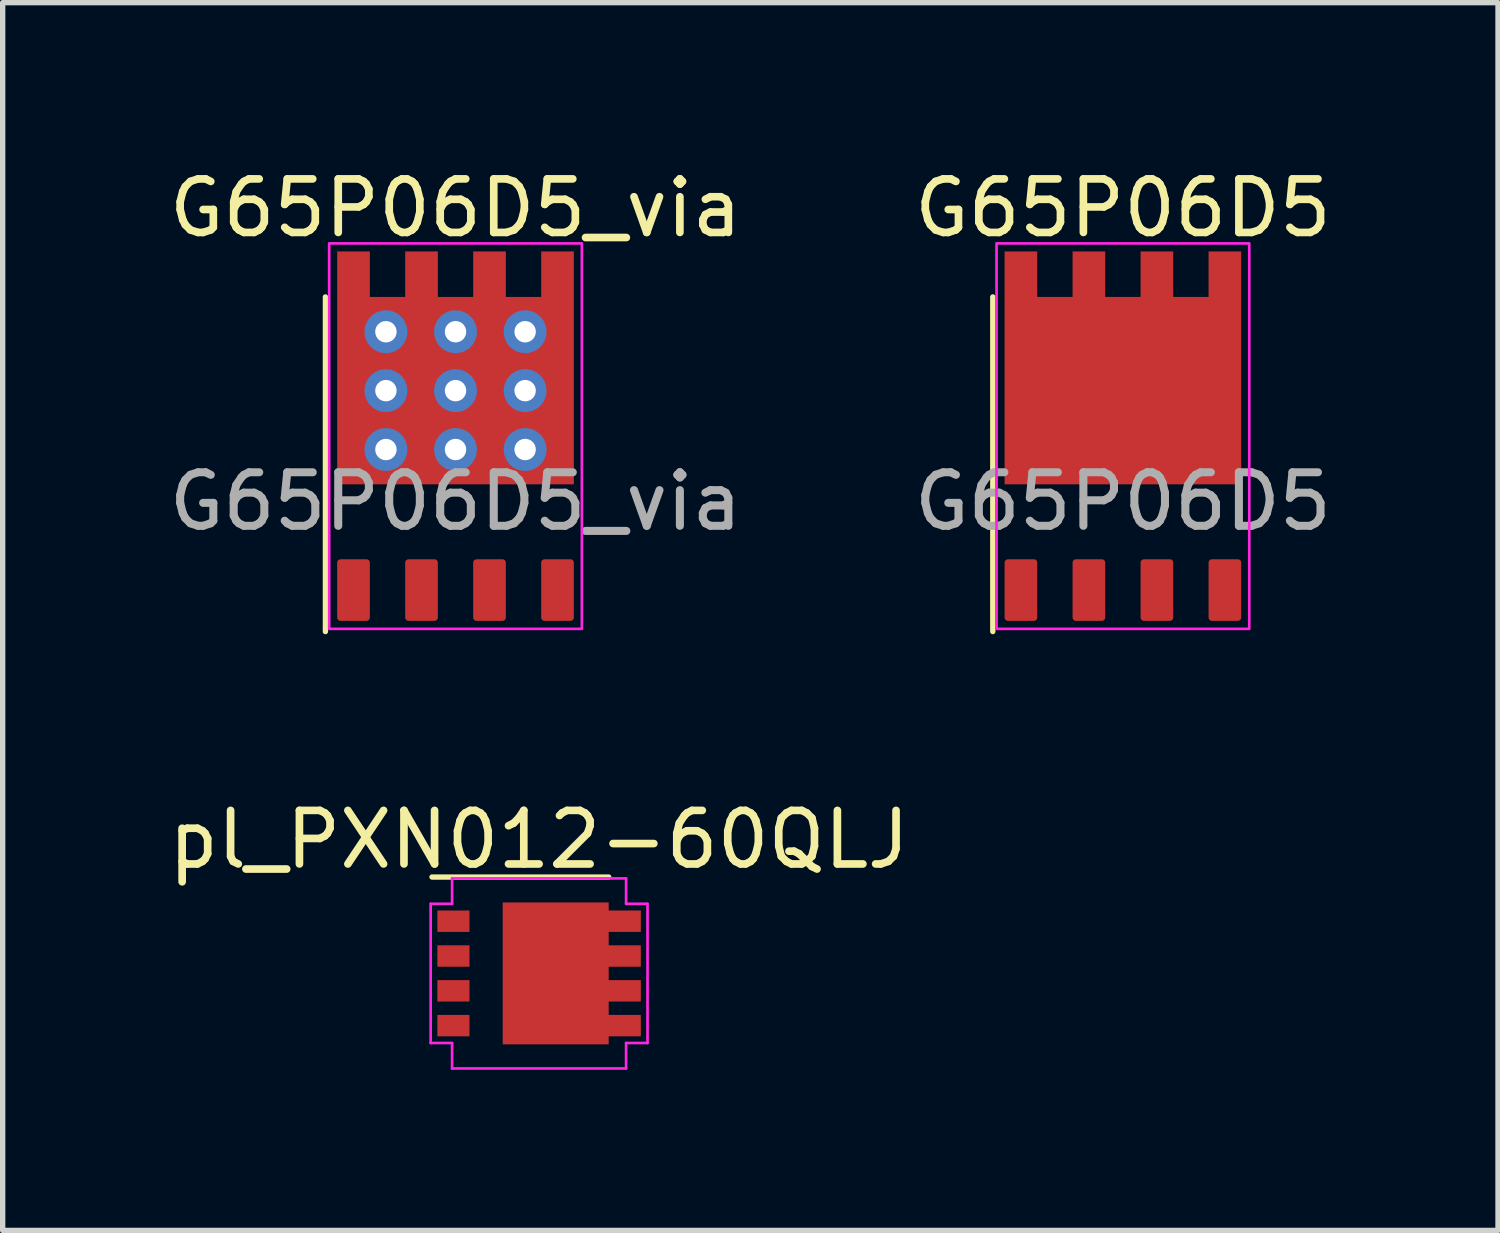
<source format=kicad_pcb>
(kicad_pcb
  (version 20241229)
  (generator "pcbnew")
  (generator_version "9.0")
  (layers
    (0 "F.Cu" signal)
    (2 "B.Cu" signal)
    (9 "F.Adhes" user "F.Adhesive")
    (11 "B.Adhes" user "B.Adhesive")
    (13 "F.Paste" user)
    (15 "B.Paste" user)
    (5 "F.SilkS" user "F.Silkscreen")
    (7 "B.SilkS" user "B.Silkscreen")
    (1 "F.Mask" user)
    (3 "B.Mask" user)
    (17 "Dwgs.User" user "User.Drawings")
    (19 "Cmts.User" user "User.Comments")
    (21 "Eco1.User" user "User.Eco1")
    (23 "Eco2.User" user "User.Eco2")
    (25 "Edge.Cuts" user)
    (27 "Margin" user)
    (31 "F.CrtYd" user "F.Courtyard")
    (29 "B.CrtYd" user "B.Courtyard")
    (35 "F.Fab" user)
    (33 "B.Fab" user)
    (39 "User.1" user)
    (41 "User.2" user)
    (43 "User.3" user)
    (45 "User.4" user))
  (footprint "pl_PXN012-60QLJ"
    (layer "F.Cu")
    (at 7.019 15.131)
    (property "Reference" "pl_PXN012-60QLJ" (at 0 -2.5 0) (layer "F.SilkS") (effects (font (size 1 1) (thickness 0.143))))
    (attr smd)
    (fp_line (start 1.3 -1.8) (end -2 -1.8) (stroke (width 0.1) (type default)) (layer "F.SilkS"))
    (fp_line (start -2.025 -1.3) (end -2.025 1.3) (stroke (width 0.05) (type default)) (layer "F.CrtYd"))
    (fp_line (start -1.625 -1.775) (end -1.625 -1.3) (stroke (width 0.05) (type default)) (layer "F.CrtYd"))
    (fp_line (start -1.625 -1.3) (end -2.025 -1.3) (stroke (width 0.05) (type default)) (layer "F.CrtYd"))
    (fp_line (start -1.625 1.3) (end -2.025 1.3) (stroke (width 0.05) (type default)) (layer "F.CrtYd"))
    (fp_line (start -1.625 1.3) (end -1.625 1.775) (stroke (width 0.05) (type default)) (layer "F.CrtYd"))
    (fp_line (start -1.625 1.775) (end 1.625 1.775) (stroke (width 0.05) (type default)) (layer "F.CrtYd"))
    (fp_line (start 1.625 -1.775) (end -1.625 -1.775) (stroke (width 0.05) (type default)) (layer "F.CrtYd"))
    (fp_line (start 1.625 -1.775) (end 1.625 -1.3) (stroke (width 0.05) (type default)) (layer "F.CrtYd"))
    (fp_line (start 1.625 1.3) (end 1.625 1.775) (stroke (width 0.05) (type default)) (layer "F.CrtYd"))
    (fp_line (start 2.025 -1.3) (end 1.625 -1.3) (stroke (width 0.05) (type default)) (layer "F.CrtYd"))
    (fp_line (start 2.025 1.3) (end 1.625 1.3) (stroke (width 0.05) (type default)) (layer "F.CrtYd"))
    (fp_line (start 2.025 1.3) (end 2.025 -1.3) (stroke (width 0.05) (type default)) (layer "F.CrtYd"))
    (pad "" smd rect (at -0.14 -0.575 270) (size 0.95 0.7) (layers "F.Paste"))
    (pad "" smd rect (at -0.14 0.575 270) (size 0.95 0.7) (layers "F.Paste"))
    (pad "" smd rect (at 0.76 -0.575 270) (size 0.95 0.7) (layers "F.Paste"))
    (pad "" smd rect (at 0.76 0.575 270) (size 0.95 0.7) (layers "F.Paste"))
    (pad "" smd rect (at 1.6 -0.975 270) (size 0.3 0.5) (layers "F.Paste"))
    (pad "" smd rect (at 1.6 -0.325 270) (size 0.3 0.5) (layers "F.Paste"))
    (pad "" smd rect (at 1.6 0.325 270) (size 0.3 0.5) (layers "F.Paste"))
    (pad "" smd rect (at 1.6 0.975 270) (size 0.3 0.5) (layers "F.Paste"))
    (pad "1" smd rect (at -1.6 -0.975 270) (size 0.4 0.6) (layers "F.Cu" "F.Mask" "F.Paste"))
    (pad "2" smd rect (at -1.6 -0.325 270) (size 0.4 0.6) (layers "F.Cu" "F.Mask" "F.Paste"))
    (pad "3" smd rect (at -1.6 0.325 270) (size 0.4 0.6) (layers "F.Cu" "F.Mask" "F.Paste"))
    (pad "4" smd rect (at -1.6 0.975 270) (size 0.4 0.6) (layers "F.Cu" "F.Mask" "F.Paste"))
    (pad "5" smd custom (at 0.31 0 270) (size 2.65 1.98) (layers "F.Cu" "F.Mask") (options (anchor rect)) (primitives (gr_poly (pts (xy -1.175 -1.59) (xy -0.775 -1.59) (xy -0.775 -0.99) (xy -1.175 -0.99)) (width 0) (fill yes)) (gr_poly (pts (xy -0.525 -1.59) (xy -0.125 -1.59) (xy -0.125 -0.99) (xy -0.525 -0.99)) (width 0) (fill yes)) (gr_poly (pts (xy 0.125 -1.59) (xy 0.525 -1.59) (xy 0.525 -0.99) (xy 0.125 -0.99)) (width 0) (fill yes)) (gr_poly (pts (xy 0.775 -1.59) (xy 1.175 -1.59) (xy 1.175 -0.99) (xy 0.775 -0.99)) (width 0) (fill yes)))))
  (footprint "G65P06D5"
    (layer "F.Cu")
    (at 17.923 5.096)
    (property "Reference" "G65P06D5" (at 0 -4.26 0) (unlocked yes) (layer "F.SilkS") (effects (font (size 1 1) (thickness 0.143))))
    (attr smd)
    (fp_line (start -2.43 -2.6) (end -2.43 3.65) (stroke (width 0.1) (type default)) (layer "F.SilkS"))
    (fp_rect (start -2.36 -3.6) (end 2.36 3.6) (stroke (width 0.05) (type default)) (fill no) (layer "F.CrtYd"))
    (fp_text user "${REFERENCE}" (at 0 1.22 0) (unlocked yes) (layer "F.Fab") (effects (font (size 1 1) (thickness 0.15))))
    (pad "" smd roundrect (at -1.905 -2.875) (size 0.51 1.05) (layers "F.Paste") (roundrect_rratio 0.1))
    (pad "" smd roundrect (at -1.05 -1.5) (size 1.91 1.2) (layers "F.Paste") (roundrect_rratio 0.1))
    (pad "" smd roundrect (at -1.05 0.1) (size 1.91 1.2) (layers "F.Paste") (roundrect_rratio 0.1))
    (pad "" smd roundrect (at -0.635 -2.875) (size 0.51 1.05) (layers "F.Paste") (roundrect_rratio 0.1))
    (pad "" smd roundrect (at 0.635 -2.875) (size 0.51 1.05) (layers "F.Paste") (roundrect_rratio 0.1))
    (pad "" smd roundrect (at 1.05 -1.5) (size 1.91 1.2) (layers "F.Paste") (roundrect_rratio 0.1))
    (pad "" smd roundrect (at 1.05 0.1) (size 1.91 1.2) (layers "F.Paste") (roundrect_rratio 0.1))
    (pad "" smd roundrect (at 1.905 -2.875) (size 0.51 1.05) (layers "F.Paste") (roundrect_rratio 0.1))
    (pad "1" smd roundrect (at -1.905 2.875) (size 0.61 1.15) (layers "F.Cu" "F.Mask" "F.Paste") (roundrect_rratio 0.1))
    (pad "2" smd roundrect (at -0.635 2.875) (size 0.61 1.15) (layers "F.Cu" "F.Mask" "F.Paste") (roundrect_rratio 0.1))
    (pad "3" smd roundrect (at 0.635 2.875) (size 0.61 1.15) (layers "F.Cu" "F.Mask" "F.Paste") (roundrect_rratio 0.1))
    (pad "4" smd roundrect (at 1.905 2.875) (size 0.61 1.15) (layers "F.Cu" "F.Mask" "F.Paste") (roundrect_rratio 0.1))
    (pad "5" smd custom (at 0 -0.85) (size 4.42 3.5) (layers "F.Cu" "F.Mask") (options (anchor rect)) (primitives (gr_poly (pts (xy 1.6 -1.75) (xy 1.6 -2.6) (xy 2.21 -2.6) (xy 2.21 -1.75)) (width 0) (fill yes)) (gr_poly (pts (xy 0.33 -1.75) (xy 0.33 -2.6) (xy 0.94 -2.6) (xy 0.94 -1.75)) (width 0) (fill yes)) (gr_poly (pts (xy -0.94 -1.75) (xy -0.94 -2.6) (xy -0.33 -2.6) (xy -0.33 -1.75)) (width 0) (fill yes)) (gr_poly (pts (xy -2.21 -1.75) (xy -2.21 -2.6) (xy -1.6 -2.6) (xy -1.6 -1.75)) (width 0) (fill yes)))))
  (footprint "G65P06D5_via"
    (layer "F.Cu")
    (at 5.458 5.096)
    (property "Reference" "G65P06D5_via" (at 0 -4.26 0) (unlocked yes) (layer "F.SilkS") (effects (font (size 1 1) (thickness 0.143))))
    (attr smd)
    (fp_line (start -2.43 -2.6) (end -2.43 3.65) (stroke (width 0.1) (type default)) (layer "F.SilkS"))
    (fp_rect (start -2.36 -3.6) (end 2.36 3.6) (stroke (width 0.05) (type default)) (fill no) (layer "F.CrtYd"))
    (fp_text user "${REFERENCE}" (at 0 1.22 0) (unlocked yes) (layer "F.Fab") (effects (font (size 1 1) (thickness 0.15))))
    (pad "" smd roundrect (at -1.905 -2.875) (size 0.51 1.05) (layers "F.Paste") (roundrect_rratio 0.1))
    (pad "" smd roundrect (at -1.05 -1.5) (size 1.91 1.2) (layers "F.Paste") (roundrect_rratio 0.1))
    (pad "" smd roundrect (at -1.05 0.1) (size 1.91 1.2) (layers "F.Paste") (roundrect_rratio 0.1))
    (pad "" smd roundrect (at -0.635 -2.875) (size 0.51 1.05) (layers "F.Paste") (roundrect_rratio 0.1))
    (pad "" smd roundrect (at 0.635 -2.875) (size 0.51 1.05) (layers "F.Paste") (roundrect_rratio 0.1))
    (pad "" smd roundrect (at 1.05 -1.5) (size 1.91 1.2) (layers "F.Paste") (roundrect_rratio 0.1))
    (pad "" smd roundrect (at 1.05 0.1) (size 1.91 1.2) (layers "F.Paste") (roundrect_rratio 0.1))
    (pad "" smd roundrect (at 1.905 -2.875) (size 0.51 1.05) (layers "F.Paste") (roundrect_rratio 0.1))
    (pad "1" smd roundrect (at -1.905 2.875) (size 0.61 1.15) (layers "F.Cu" "F.Mask" "F.Paste") (roundrect_rratio 0.1))
    (pad "2" smd roundrect (at -0.635 2.875) (size 0.61 1.15) (layers "F.Cu" "F.Mask" "F.Paste") (roundrect_rratio 0.1))
    (pad "3" smd roundrect (at 0.635 2.875) (size 0.61 1.15) (layers "F.Cu" "F.Mask" "F.Paste") (roundrect_rratio 0.1))
    (pad "4" smd roundrect (at 1.905 2.875) (size 0.61 1.15) (layers "F.Cu" "F.Mask" "F.Paste") (roundrect_rratio 0.1))
    (pad "5" thru_hole circle (at -1.3 -1.95) (size 0.8 0.8) (drill 0.4) (layers "*.Cu"))
    (pad "5" thru_hole circle (at -1.3 -0.85) (size 0.8 0.8) (drill 0.4) (layers "*.Cu"))
    (pad "5" thru_hole circle (at -1.3 0.25) (size 0.8 0.8) (drill 0.4) (layers "*.Cu"))
    (pad "5" thru_hole circle (at 0 -1.95) (size 0.8 0.8) (drill 0.4) (layers "*.Cu"))
    (pad "5" thru_hole circle (at 0 -0.85) (size 0.8 0.8) (drill 0.4) (layers "*.Cu"))
    (pad "5" smd custom (at 0 -0.85) (size 4.42 3.5) (layers "F.Cu" "F.Mask") (options (anchor rect)) (primitives (gr_poly (pts (xy 1.6 -1.75) (xy 1.6 -2.6) (xy 2.21 -2.6) (xy 2.21 -1.75)) (width 0) (fill yes)) (gr_poly (pts (xy 0.33 -1.75) (xy 0.33 -2.6) (xy 0.94 -2.6) (xy 0.94 -1.75)) (width 0) (fill yes)) (gr_poly (pts (xy -0.94 -1.75) (xy -0.94 -2.6) (xy -0.33 -2.6) (xy -0.33 -1.75)) (width 0) (fill yes)) (gr_poly (pts (xy -2.21 -1.75) (xy -2.21 -2.6) (xy -1.6 -2.6) (xy -1.6 -1.75)) (width 0) (fill yes))))
    (pad "5" thru_hole circle (at 0 0.25) (size 0.8 0.8) (drill 0.4) (layers "*.Cu"))
    (pad "5" thru_hole circle (at 1.3 -1.95) (size 0.8 0.8) (drill 0.4) (layers "*.Cu"))
    (pad "5" thru_hole circle (at 1.3 -0.85) (size 0.8 0.8) (drill 0.4) (layers "*.Cu"))
    (pad "5" thru_hole circle (at 1.3 0.25) (size 0.8 0.8) (drill 0.4) (layers "*.Cu")))
  (gr_rect
    (start -3 -3)
    (end 24.929 19.931)
    (stroke (width 0.1) (type default))
    (fill no)
    (layer "Edge.Cuts")))
</source>
